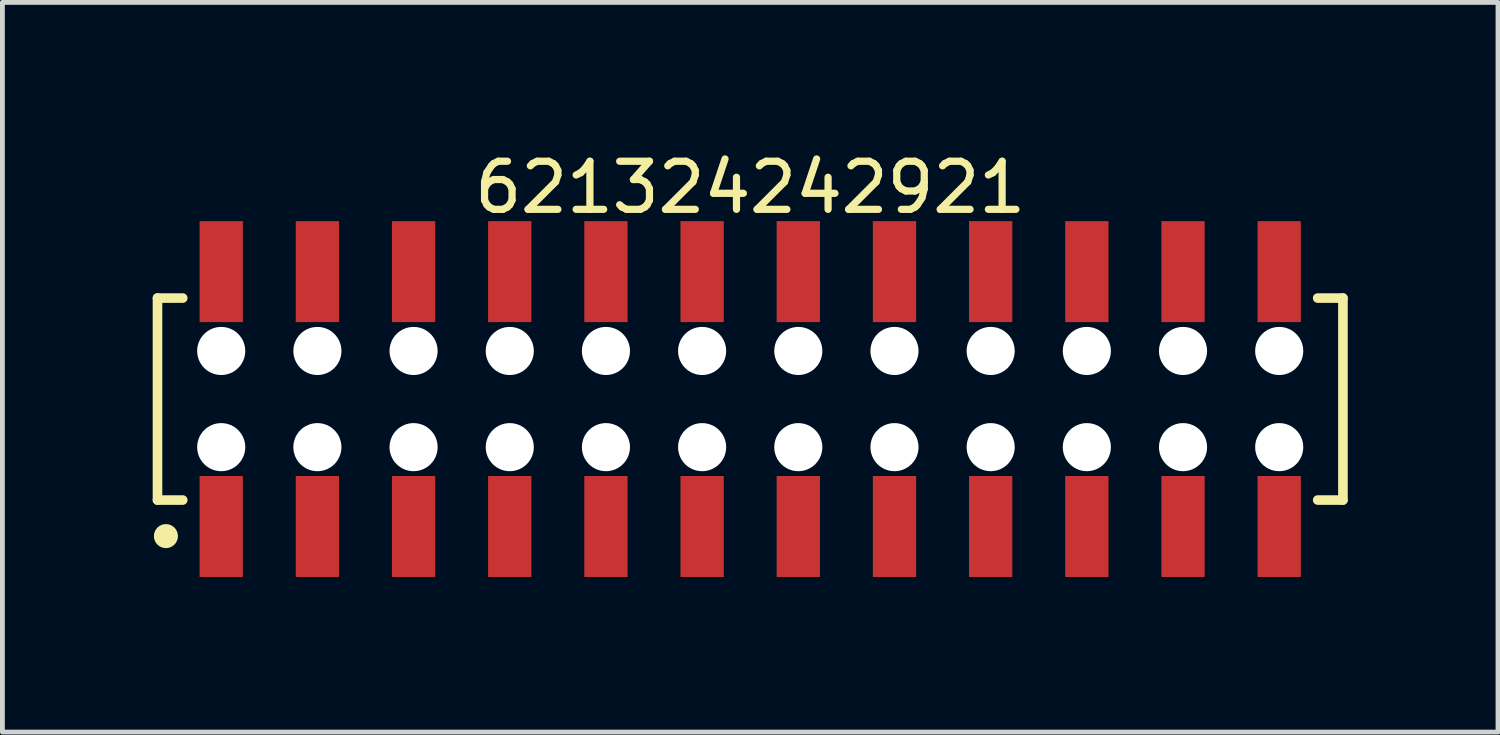
<source format=kicad_pcb>
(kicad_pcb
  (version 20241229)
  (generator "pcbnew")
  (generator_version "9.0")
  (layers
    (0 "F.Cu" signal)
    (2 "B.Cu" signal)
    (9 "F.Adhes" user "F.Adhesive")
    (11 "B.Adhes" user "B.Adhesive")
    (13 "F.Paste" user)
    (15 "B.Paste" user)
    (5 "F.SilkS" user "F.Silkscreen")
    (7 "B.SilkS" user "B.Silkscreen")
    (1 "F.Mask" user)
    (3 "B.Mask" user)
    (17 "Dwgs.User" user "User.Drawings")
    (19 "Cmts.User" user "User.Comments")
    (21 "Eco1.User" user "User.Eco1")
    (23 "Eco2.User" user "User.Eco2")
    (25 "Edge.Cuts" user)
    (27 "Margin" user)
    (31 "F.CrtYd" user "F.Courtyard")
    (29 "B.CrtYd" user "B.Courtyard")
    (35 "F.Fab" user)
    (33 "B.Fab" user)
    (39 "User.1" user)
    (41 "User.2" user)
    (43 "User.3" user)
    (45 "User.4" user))
  (footprint "621324242921"
    (layer "F.Cu")
    (at 12.55 5.248)
    (property "Reference" "621324242921" (at 0 -4.4 0) (layer "F.SilkS") (effects (font (size 1 1) (thickness 0.15))))
    (fp_line (start -12.325 -2.1) (end -11.8 -2.1) (stroke (width 0.2) (type solid)) (layer "F.SilkS"))
    (fp_line (start -12.325 2.1) (end -12.325 -2.1) (stroke (width 0.2) (type solid)) (layer "F.SilkS"))
    (fp_line (start -12.325 2.1) (end -11.8 2.1) (stroke (width 0.2) (type solid)) (layer "F.SilkS"))
    (fp_line (start 11.8 -2.1) (end 12.325 -2.1) (stroke (width 0.2) (type solid)) (layer "F.SilkS"))
    (fp_line (start 11.8 2.1) (end 12.325 2.1) (stroke (width 0.2) (type solid)) (layer "F.SilkS"))
    (fp_line (start 12.325 2.1) (end 12.325 -2.1) (stroke (width 0.2) (type solid)) (layer "F.SilkS"))
    (fp_circle (center -12.15 2.85) (end -12.15 2.725) (stroke (width 0.25) (type solid)) (fill no) (layer "F.SilkS"))
    (fp_line (start -12.525 -3.9) (end 12.525 -3.9) (stroke (width 0.05) (type solid)) (layer "Eco2.User"))
    (fp_line (start -12.525 3.9) (end -12.525 -3.9) (stroke (width 0.05) (type solid)) (layer "Eco2.User"))
    (fp_line (start -12.525 3.9) (end 12.525 3.9) (stroke (width 0.05) (type solid)) (layer "Eco2.User"))
    (fp_line (start -12.2 -2) (end 12.2 -2) (stroke (width 0.1) (type solid)) (layer "Eco2.User"))
    (fp_line (start -12.2 2) (end -12.2 -2) (stroke (width 0.1) (type solid)) (layer "Eco2.User"))
    (fp_line (start -12.2 2) (end 12.2 2) (stroke (width 0.1) (type solid)) (layer "Eco2.User"))
    (fp_line (start -11.25 -3.1) (end -10.75 -3.1) (stroke (width 0.1) (type solid)) (layer "Eco2.User"))
    (fp_line (start -11.25 -2) (end -11.25 -3.1) (stroke (width 0.1) (type solid)) (layer "Eco2.User"))
    (fp_line (start -11.25 3.1) (end -11.25 2) (stroke (width 0.1) (type solid)) (layer "Eco2.User"))
    (fp_line (start -11.25 3.1) (end -10.75 3.1) (stroke (width 0.1) (type solid)) (layer "Eco2.User"))
    (fp_line (start -10.75 -2) (end -10.75 -3.1) (stroke (width 0.1) (type solid)) (layer "Eco2.User"))
    (fp_line (start -10.75 3.1) (end -10.75 2) (stroke (width 0.1) (type solid)) (layer "Eco2.User"))
    (fp_line (start -9.25 -3.1) (end -8.75 -3.1) (stroke (width 0.1) (type solid)) (layer "Eco2.User"))
    (fp_line (start -9.25 -2) (end -9.25 -3.1) (stroke (width 0.1) (type solid)) (layer "Eco2.User"))
    (fp_line (start -9.25 3.1) (end -9.25 2) (stroke (width 0.1) (type solid)) (layer "Eco2.User"))
    (fp_line (start -9.25 3.1) (end -8.75 3.1) (stroke (width 0.1) (type solid)) (layer "Eco2.User"))
    (fp_line (start -8.75 -2) (end -8.75 -3.1) (stroke (width 0.1) (type solid)) (layer "Eco2.User"))
    (fp_line (start -8.75 3.1) (end -8.75 2) (stroke (width 0.1) (type solid)) (layer "Eco2.User"))
    (fp_line (start -7.25 -3.1) (end -6.75 -3.1) (stroke (width 0.1) (type solid)) (layer "Eco2.User"))
    (fp_line (start -7.25 -2) (end -7.25 -3.1) (stroke (width 0.1) (type solid)) (layer "Eco2.User"))
    (fp_line (start -7.25 3.1) (end -7.25 2) (stroke (width 0.1) (type solid)) (layer "Eco2.User"))
    (fp_line (start -7.25 3.1) (end -6.75 3.1) (stroke (width 0.1) (type solid)) (layer "Eco2.User"))
    (fp_line (start -6.75 -2) (end -6.75 -3.1) (stroke (width 0.1) (type solid)) (layer "Eco2.User"))
    (fp_line (start -6.75 3.1) (end -6.75 2) (stroke (width 0.1) (type solid)) (layer "Eco2.User"))
    (fp_line (start -5.25 -3.1) (end -4.75 -3.1) (stroke (width 0.1) (type solid)) (layer "Eco2.User"))
    (fp_line (start -5.25 -2) (end -5.25 -3.1) (stroke (width 0.1) (type solid)) (layer "Eco2.User"))
    (fp_line (start -5.25 3.1) (end -5.25 2) (stroke (width 0.1) (type solid)) (layer "Eco2.User"))
    (fp_line (start -5.25 3.1) (end -4.75 3.1) (stroke (width 0.1) (type solid)) (layer "Eco2.User"))
    (fp_line (start -4.75 -2) (end -4.75 -3.1) (stroke (width 0.1) (type solid)) (layer "Eco2.User"))
    (fp_line (start -4.75 3.1) (end -4.75 2) (stroke (width 0.1) (type solid)) (layer "Eco2.User"))
    (fp_line (start -3.25 -3.1) (end -2.75 -3.1) (stroke (width 0.1) (type solid)) (layer "Eco2.User"))
    (fp_line (start -3.25 -2) (end -3.25 -3.1) (stroke (width 0.1) (type solid)) (layer "Eco2.User"))
    (fp_line (start -3.25 3.1) (end -3.25 2) (stroke (width 0.1) (type solid)) (layer "Eco2.User"))
    (fp_line (start -3.25 3.1) (end -2.75 3.1) (stroke (width 0.1) (type solid)) (layer "Eco2.User"))
    (fp_line (start -2.75 -2) (end -2.75 -3.1) (stroke (width 0.1) (type solid)) (layer "Eco2.User"))
    (fp_line (start -2.75 3.1) (end -2.75 2) (stroke (width 0.1) (type solid)) (layer "Eco2.User"))
    (fp_line (start -1.25 -3.1) (end -0.75 -3.1) (stroke (width 0.1) (type solid)) (layer "Eco2.User"))
    (fp_line (start -1.25 -2) (end -1.25 -3.1) (stroke (width 0.1) (type solid)) (layer "Eco2.User"))
    (fp_line (start -1.25 3.1) (end -1.25 2) (stroke (width 0.1) (type solid)) (layer "Eco2.User"))
    (fp_line (start -1.25 3.1) (end -0.75 3.1) (stroke (width 0.1) (type solid)) (layer "Eco2.User"))
    (fp_line (start -0.75 -2) (end -0.75 -3.1) (stroke (width 0.1) (type solid)) (layer "Eco2.User"))
    (fp_line (start -0.75 3.1) (end -0.75 2) (stroke (width 0.1) (type solid)) (layer "Eco2.User"))
    (fp_line (start -0.5 0) (end 0.5 0) (stroke (width 0.05) (type solid)) (layer "Eco2.User"))
    (fp_line (start 0 0.5) (end 0 -0.5) (stroke (width 0.05) (type solid)) (layer "Eco2.User"))
    (fp_line (start 0.75 -3.1) (end 1.25 -3.1) (stroke (width 0.1) (type solid)) (layer "Eco2.User"))
    (fp_line (start 0.75 -2) (end 0.75 -3.1) (stroke (width 0.1) (type solid)) (layer "Eco2.User"))
    (fp_line (start 0.75 3.1) (end 0.75 2) (stroke (width 0.1) (type solid)) (layer "Eco2.User"))
    (fp_line (start 0.75 3.1) (end 1.25 3.1) (stroke (width 0.1) (type solid)) (layer "Eco2.User"))
    (fp_line (start 1.25 -2) (end 1.25 -3.1) (stroke (width 0.1) (type solid)) (layer "Eco2.User"))
    (fp_line (start 1.25 3.1) (end 1.25 2) (stroke (width 0.1) (type solid)) (layer "Eco2.User"))
    (fp_line (start 2.75 -3.1) (end 3.25 -3.1) (stroke (width 0.1) (type solid)) (layer "Eco2.User"))
    (fp_line (start 2.75 -2) (end 2.75 -3.1) (stroke (width 0.1) (type solid)) (layer "Eco2.User"))
    (fp_line (start 2.75 3.1) (end 2.75 2) (stroke (width 0.1) (type solid)) (layer "Eco2.User"))
    (fp_line (start 2.75 3.1) (end 3.25 3.1) (stroke (width 0.1) (type solid)) (layer "Eco2.User"))
    (fp_line (start 3.25 -2) (end 3.25 -3.1) (stroke (width 0.1) (type solid)) (layer "Eco2.User"))
    (fp_line (start 3.25 3.1) (end 3.25 2) (stroke (width 0.1) (type solid)) (layer "Eco2.User"))
    (fp_line (start 4.75 -3.1) (end 5.25 -3.1) (stroke (width 0.1) (type solid)) (layer "Eco2.User"))
    (fp_line (start 4.75 -2) (end 4.75 -3.1) (stroke (width 0.1) (type solid)) (layer "Eco2.User"))
    (fp_line (start 4.75 3.1) (end 4.75 2) (stroke (width 0.1) (type solid)) (layer "Eco2.User"))
    (fp_line (start 4.75 3.1) (end 5.25 3.1) (stroke (width 0.1) (type solid)) (layer "Eco2.User"))
    (fp_line (start 5.25 -2) (end 5.25 -3.1) (stroke (width 0.1) (type solid)) (layer "Eco2.User"))
    (fp_line (start 5.25 3.1) (end 5.25 2) (stroke (width 0.1) (type solid)) (layer "Eco2.User"))
    (fp_line (start 6.75 -3.1) (end 7.25 -3.1) (stroke (width 0.1) (type solid)) (layer "Eco2.User"))
    (fp_line (start 6.75 -2) (end 6.75 -3.1) (stroke (width 0.1) (type solid)) (layer "Eco2.User"))
    (fp_line (start 6.75 3.1) (end 6.75 2) (stroke (width 0.1) (type solid)) (layer "Eco2.User"))
    (fp_line (start 6.75 3.1) (end 7.25 3.1) (stroke (width 0.1) (type solid)) (layer "Eco2.User"))
    (fp_line (start 7.25 -2) (end 7.25 -3.1) (stroke (width 0.1) (type solid)) (layer "Eco2.User"))
    (fp_line (start 7.25 3.1) (end 7.25 2) (stroke (width 0.1) (type solid)) (layer "Eco2.User"))
    (fp_line (start 8.75 -3.1) (end 9.25 -3.1) (stroke (width 0.1) (type solid)) (layer "Eco2.User"))
    (fp_line (start 8.75 -2) (end 8.75 -3.1) (stroke (width 0.1) (type solid)) (layer "Eco2.User"))
    (fp_line (start 8.75 3.1) (end 8.75 2) (stroke (width 0.1) (type solid)) (layer "Eco2.User"))
    (fp_line (start 8.75 3.1) (end 9.25 3.1) (stroke (width 0.1) (type solid)) (layer "Eco2.User"))
    (fp_line (start 9.25 -2) (end 9.25 -3.1) (stroke (width 0.1) (type solid)) (layer "Eco2.User"))
    (fp_line (start 9.25 3.1) (end 9.25 2) (stroke (width 0.1) (type solid)) (layer "Eco2.User"))
    (fp_line (start 10.75 -3.1) (end 11.25 -3.1) (stroke (width 0.1) (type solid)) (layer "Eco2.User"))
    (fp_line (start 10.75 -2) (end 10.75 -3.1) (stroke (width 0.1) (type solid)) (layer "Eco2.User"))
    (fp_line (start 10.75 3.1) (end 10.75 2) (stroke (width 0.1) (type solid)) (layer "Eco2.User"))
    (fp_line (start 10.75 3.1) (end 11.25 3.1) (stroke (width 0.1) (type solid)) (layer "Eco2.User"))
    (fp_line (start 11.25 -2) (end 11.25 -3.1) (stroke (width 0.1) (type solid)) (layer "Eco2.User"))
    (fp_line (start 11.25 3.1) (end 11.25 2) (stroke (width 0.1) (type solid)) (layer "Eco2.User"))
    (fp_line (start 12.2 2) (end 12.2 -2) (stroke (width 0.1) (type solid)) (layer "Eco2.User"))
    (fp_line (start 12.525 3.9) (end 12.525 -3.9) (stroke (width 0.05) (type solid)) (layer "Eco2.User"))
    (fp_text user "${REFERENCE}" (at 0.15 -0.197 0) (unlocked yes) (layer "User.3") (effects (font (size 1.5 1.5) (thickness 0.15))))
    (pad "" np_thru_hole circle (at -11 -1) (size 1 1) (drill 1) (layers "*.Cu" "*.Mask"))
    (pad "" np_thru_hole circle (at -11 1) (size 1 1) (drill 1) (layers "*.Cu" "*.Mask"))
    (pad "" np_thru_hole circle (at -9 -1) (size 1 1) (drill 1) (layers "*.Cu" "*.Mask"))
    (pad "" np_thru_hole circle (at -9 1) (size 1 1) (drill 1) (layers "*.Cu" "*.Mask"))
    (pad "" np_thru_hole circle (at -7 -1) (size 1 1) (drill 1) (layers "*.Cu" "*.Mask"))
    (pad "" np_thru_hole circle (at -7 1) (size 1 1) (drill 1) (layers "*.Cu" "*.Mask"))
    (pad "" np_thru_hole circle (at -5 -1) (size 1 1) (drill 1) (layers "*.Cu" "*.Mask"))
    (pad "" np_thru_hole circle (at -5 1) (size 1 1) (drill 1) (layers "*.Cu" "*.Mask"))
    (pad "" np_thru_hole circle (at -3 -1) (size 1 1) (drill 1) (layers "*.Cu" "*.Mask"))
    (pad "" np_thru_hole circle (at -3 1) (size 1 1) (drill 1) (layers "*.Cu" "*.Mask"))
    (pad "" np_thru_hole circle (at -1 -1) (size 1 1) (drill 1) (layers "*.Cu" "*.Mask"))
    (pad "" np_thru_hole circle (at -1 1) (size 1 1) (drill 1) (layers "*.Cu" "*.Mask"))
    (pad "" np_thru_hole circle (at 1 -1) (size 1 1) (drill 1) (layers "*.Cu" "*.Mask"))
    (pad "" np_thru_hole circle (at 1 1) (size 1 1) (drill 1) (layers "*.Cu" "*.Mask"))
    (pad "" np_thru_hole circle (at 3 -1) (size 1 1) (drill 1) (layers "*.Cu" "*.Mask"))
    (pad "" np_thru_hole circle (at 3 1) (size 1 1) (drill 1) (layers "*.Cu" "*.Mask"))
    (pad "" np_thru_hole circle (at 5 -1) (size 1 1) (drill 1) (layers "*.Cu" "*.Mask"))
    (pad "" np_thru_hole circle (at 5 1) (size 1 1) (drill 1) (layers "*.Cu" "*.Mask"))
    (pad "" np_thru_hole circle (at 7 -1) (size 1 1) (drill 1) (layers "*.Cu" "*.Mask"))
    (pad "" np_thru_hole circle (at 7 1) (size 1 1) (drill 1) (layers "*.Cu" "*.Mask"))
    (pad "" np_thru_hole circle (at 9 -1) (size 1 1) (drill 1) (layers "*.Cu" "*.Mask"))
    (pad "" np_thru_hole circle (at 9 1) (size 1 1) (drill 1) (layers "*.Cu" "*.Mask"))
    (pad "" np_thru_hole circle (at 11 -1) (size 1 1) (drill 1) (layers "*.Cu" "*.Mask"))
    (pad "" np_thru_hole circle (at 11 1) (size 1 1) (drill 1) (layers "*.Cu" "*.Mask"))
    (pad "1" smd rect (at -11 2.65) (size 0.9 2.1) (layers "F.Cu" "F.Mask" "F.Paste"))
    (pad "2" smd rect (at -11 -2.65) (size 0.9 2.1) (layers "F.Cu" "F.Mask" "F.Paste"))
    (pad "3" smd rect (at -9 2.65) (size 0.9 2.1) (layers "F.Cu" "F.Mask" "F.Paste"))
    (pad "4" smd rect (at -9 -2.65) (size 0.9 2.1) (layers "F.Cu" "F.Mask" "F.Paste"))
    (pad "5" smd rect (at -7 2.65) (size 0.9 2.1) (layers "F.Cu" "F.Mask" "F.Paste"))
    (pad "6" smd rect (at -7 -2.65) (size 0.9 2.1) (layers "F.Cu" "F.Mask" "F.Paste"))
    (pad "7" smd rect (at -5 2.65) (size 0.9 2.1) (layers "F.Cu" "F.Mask" "F.Paste"))
    (pad "8" smd rect (at -5 -2.65) (size 0.9 2.1) (layers "F.Cu" "F.Mask" "F.Paste"))
    (pad "9" smd rect (at -3 2.65) (size 0.9 2.1) (layers "F.Cu" "F.Mask" "F.Paste"))
    (pad "10" smd rect (at -3 -2.65) (size 0.9 2.1) (layers "F.Cu" "F.Mask" "F.Paste"))
    (pad "11" smd rect (at -1 2.65) (size 0.9 2.1) (layers "F.Cu" "F.Mask" "F.Paste"))
    (pad "12" smd rect (at -1 -2.65) (size 0.9 2.1) (layers "F.Cu" "F.Mask" "F.Paste"))
    (pad "13" smd rect (at 1 2.65) (size 0.9 2.1) (layers "F.Cu" "F.Mask" "F.Paste"))
    (pad "14" smd rect (at 1 -2.65) (size 0.9 2.1) (layers "F.Cu" "F.Mask" "F.Paste"))
    (pad "15" smd rect (at 3 2.65) (size 0.9 2.1) (layers "F.Cu" "F.Mask" "F.Paste"))
    (pad "16" smd rect (at 3 -2.65) (size 0.9 2.1) (layers "F.Cu" "F.Mask" "F.Paste"))
    (pad "17" smd rect (at 5 2.65) (size 0.9 2.1) (layers "F.Cu" "F.Mask" "F.Paste"))
    (pad "18" smd rect (at 5 -2.65) (size 0.9 2.1) (layers "F.Cu" "F.Mask" "F.Paste"))
    (pad "19" smd rect (at 7 2.65) (size 0.9 2.1) (layers "F.Cu" "F.Mask" "F.Paste"))
    (pad "20" smd rect (at 7 -2.65) (size 0.9 2.1) (layers "F.Cu" "F.Mask" "F.Paste"))
    (pad "21" smd rect (at 9 2.65) (size 0.9 2.1) (layers "F.Cu" "F.Mask" "F.Paste"))
    (pad "22" smd rect (at 9 -2.65) (size 0.9 2.1) (layers "F.Cu" "F.Mask" "F.Paste"))
    (pad "23" smd rect (at 11 2.65) (size 0.9 2.1) (layers "F.Cu" "F.Mask" "F.Paste"))
    (pad "24" smd rect (at 11 -2.65) (size 0.9 2.1) (layers "F.Cu" "F.Mask" "F.Paste")))
  (gr_rect
    (start -3 -3)
    (end 28.1 12.173)
    (stroke (width 0.1) (type default))
    (fill no)
    (layer "Edge.Cuts")))
</source>
